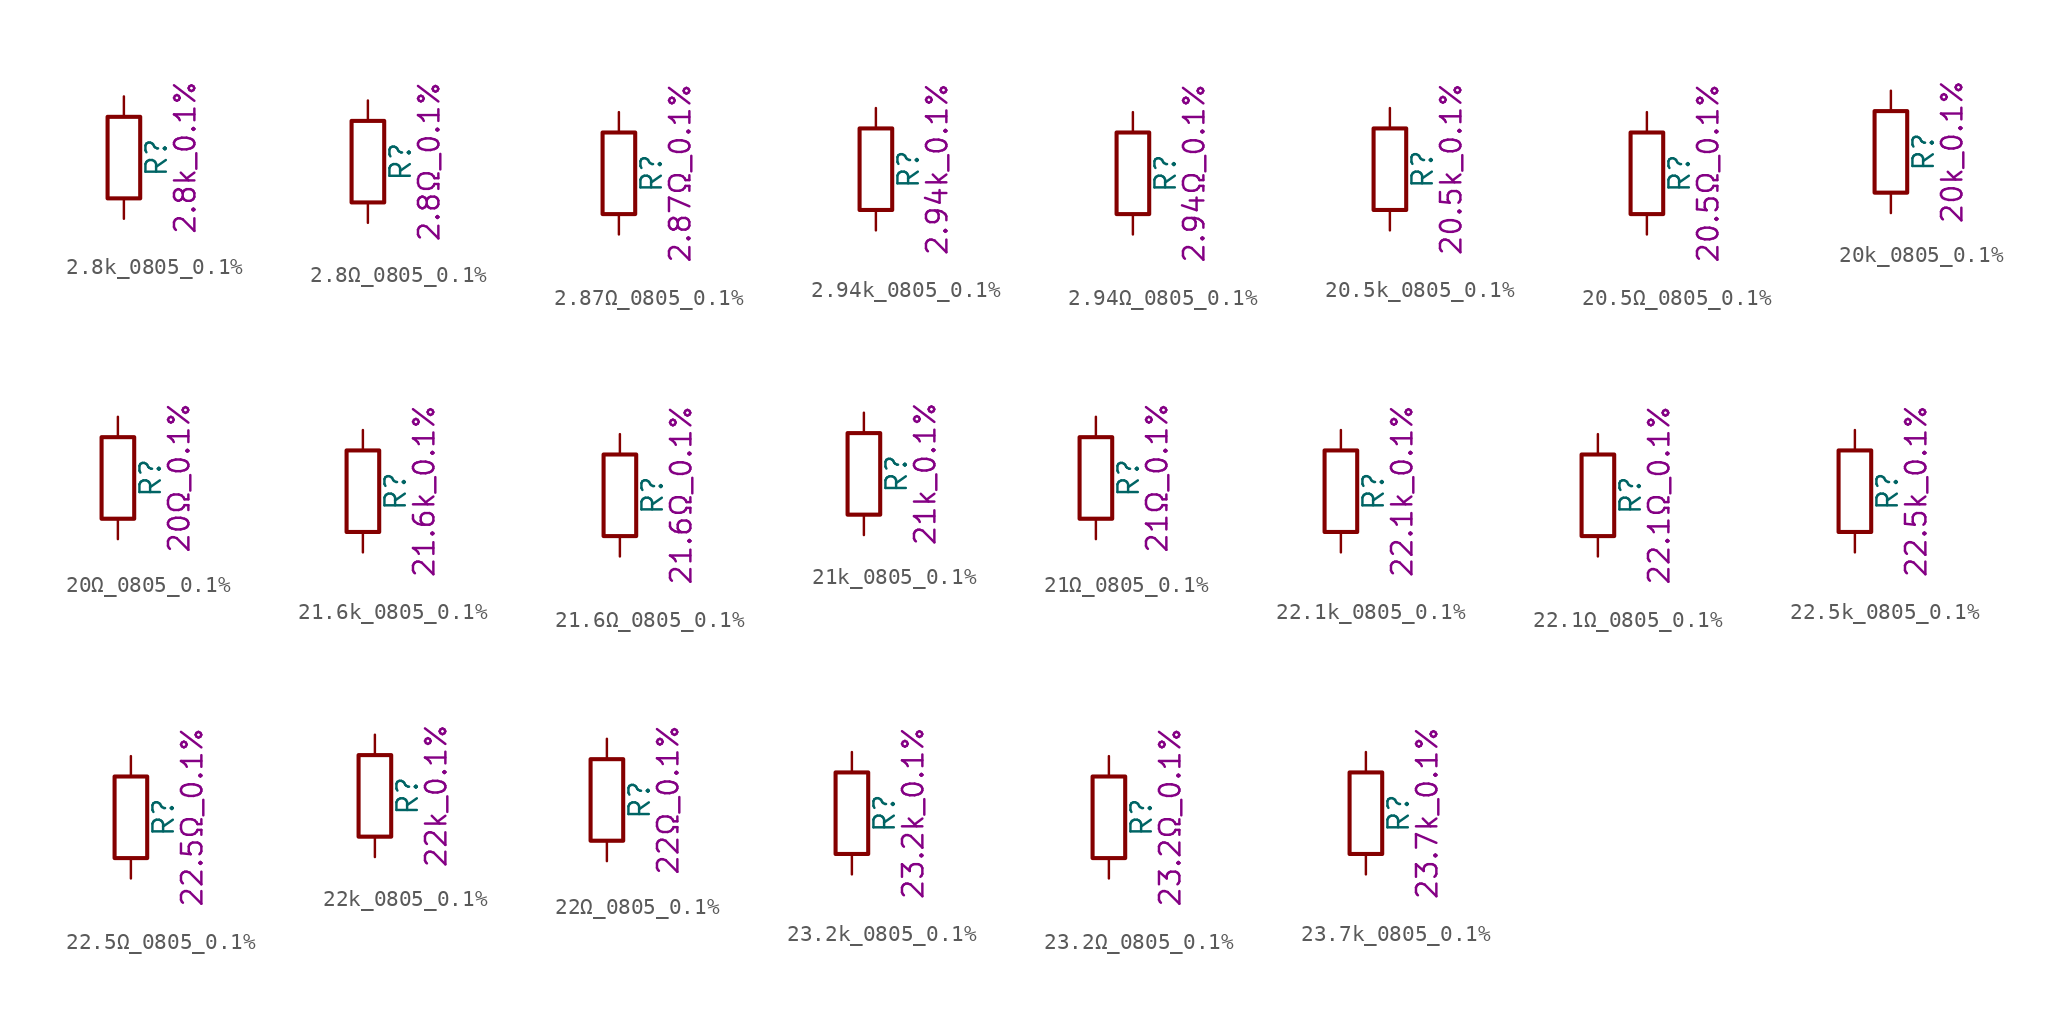
<source format=kicad_sym>
(kicad_symbol_lib
  (version 20211014)
  (generator kicad_symbol_editor)
  (symbol "2.8k_0805_0.1%"
    (pin_numbers hide)
    (pin_names
      (offset 0))
    (property "Reference" "R"
      (at 2.032 0 90)
      (effects (font (size 1.27 1.27))))
    (property "Display" "2.8k_0.1%"
      (at 3.81 0 90)
      (effects (font (size 1.27 1.27))))
    (symbol "2.8k_0805_0.1%_0_1"
      (rectangle (start -1.016 -2.54) (end 1.016 2.54) (stroke (width 0.254) (type default) (color 0 0 0 0)) (fill (type none))))
    (symbol "2.8k_0805_0.1%_1_1"
      (pin passive line (at 0 3.81 270) (length 1.27) (name "~" (effects (font (size 1.27 1.27)))) (number "1" (effects (font (size 1.27 1.27)))))
      (pin passive line (at 0 -3.81 90) (length 1.27) (name "~" (effects (font (size 1.27 1.27)))) (number "2" (effects (font (size 1.27 1.27)))))))
  (symbol "2.8Ω_0805_0.1%"
    (pin_numbers hide)
    (pin_names
      (offset 0))
    (property "Reference" "R"
      (at 2.032 0 90)
      (effects (font (size 1.27 1.27))))
    (property "Display" "2.8Ω_0.1%"
      (at 3.81 0 90)
      (effects (font (size 1.27 1.27))))
    (symbol "2.8Ω_0805_0.1%_0_1"
      (rectangle (start -1.016 -2.54) (end 1.016 2.54) (stroke (width 0.254) (type default) (color 0 0 0 0)) (fill (type none))))
    (symbol "2.8Ω_0805_0.1%_1_1"
      (pin passive line (at 0 3.81 270) (length 1.27) (name "~" (effects (font (size 1.27 1.27)))) (number "1" (effects (font (size 1.27 1.27)))))
      (pin passive line (at 0 -3.81 90) (length 1.27) (name "~" (effects (font (size 1.27 1.27)))) (number "2" (effects (font (size 1.27 1.27)))))))
  (symbol "2.87Ω_0805_0.1%"
    (pin_numbers hide)
    (pin_names
      (offset 0))
    (property "Reference" "R"
      (at 2.032 0 90)
      (effects (font (size 1.27 1.27))))
    (property "Display" "2.87Ω_0.1%"
      (at 3.81 0 90)
      (effects (font (size 1.27 1.27))))
    (symbol "2.87Ω_0805_0.1%_0_1"
      (rectangle (start -1.016 -2.54) (end 1.016 2.54) (stroke (width 0.254) (type default) (color 0 0 0 0)) (fill (type none))))
    (symbol "2.87Ω_0805_0.1%_1_1"
      (pin passive line (at 0 3.81 270) (length 1.27) (name "~" (effects (font (size 1.27 1.27)))) (number "1" (effects (font (size 1.27 1.27)))))
      (pin passive line (at 0 -3.81 90) (length 1.27) (name "~" (effects (font (size 1.27 1.27)))) (number "2" (effects (font (size 1.27 1.27)))))))
  (symbol "2.94k_0805_0.1%"
    (pin_numbers hide)
    (pin_names
      (offset 0))
    (property "Reference" "R"
      (at 2.032 0 90)
      (effects (font (size 1.27 1.27))))
    (property "Display" "2.94k_0.1%"
      (at 3.81 0 90)
      (effects (font (size 1.27 1.27))))
    (symbol "2.94k_0805_0.1%_0_1"
      (rectangle (start -1.016 -2.54) (end 1.016 2.54) (stroke (width 0.254) (type default) (color 0 0 0 0)) (fill (type none))))
    (symbol "2.94k_0805_0.1%_1_1"
      (pin passive line (at 0 3.81 270) (length 1.27) (name "~" (effects (font (size 1.27 1.27)))) (number "1" (effects (font (size 1.27 1.27)))))
      (pin passive line (at 0 -3.81 90) (length 1.27) (name "~" (effects (font (size 1.27 1.27)))) (number "2" (effects (font (size 1.27 1.27)))))))
  (symbol "2.94Ω_0805_0.1%"
    (pin_numbers hide)
    (pin_names
      (offset 0))
    (property "Reference" "R"
      (at 2.032 0 90)
      (effects (font (size 1.27 1.27))))
    (property "Display" "2.94Ω_0.1%"
      (at 3.81 0 90)
      (effects (font (size 1.27 1.27))))
    (symbol "2.94Ω_0805_0.1%_0_1"
      (rectangle (start -1.016 -2.54) (end 1.016 2.54) (stroke (width 0.254) (type default) (color 0 0 0 0)) (fill (type none))))
    (symbol "2.94Ω_0805_0.1%_1_1"
      (pin passive line (at 0 3.81 270) (length 1.27) (name "~" (effects (font (size 1.27 1.27)))) (number "1" (effects (font (size 1.27 1.27)))))
      (pin passive line (at 0 -3.81 90) (length 1.27) (name "~" (effects (font (size 1.27 1.27)))) (number "2" (effects (font (size 1.27 1.27)))))))
  (symbol "20.5k_0805_0.1%"
    (pin_numbers hide)
    (pin_names
      (offset 0))
    (property "Reference" "R"
      (at 2.032 0 90)
      (effects (font (size 1.27 1.27))))
    (property "Display" "20.5k_0.1%"
      (at 3.81 0 90)
      (effects (font (size 1.27 1.27))))
    (symbol "20.5k_0805_0.1%_0_1"
      (rectangle (start -1.016 -2.54) (end 1.016 2.54) (stroke (width 0.254) (type default) (color 0 0 0 0)) (fill (type none))))
    (symbol "20.5k_0805_0.1%_1_1"
      (pin passive line (at 0 3.81 270) (length 1.27) (name "~" (effects (font (size 1.27 1.27)))) (number "1" (effects (font (size 1.27 1.27)))))
      (pin passive line (at 0 -3.81 90) (length 1.27) (name "~" (effects (font (size 1.27 1.27)))) (number "2" (effects (font (size 1.27 1.27)))))))
  (symbol "20.5Ω_0805_0.1%"
    (pin_numbers hide)
    (pin_names
      (offset 0))
    (property "Reference" "R"
      (at 2.032 0 90)
      (effects (font (size 1.27 1.27))))
    (property "Display" "20.5Ω_0.1%"
      (at 3.81 0 90)
      (effects (font (size 1.27 1.27))))
    (symbol "20.5Ω_0805_0.1%_0_1"
      (rectangle (start -1.016 -2.54) (end 1.016 2.54) (stroke (width 0.254) (type default) (color 0 0 0 0)) (fill (type none))))
    (symbol "20.5Ω_0805_0.1%_1_1"
      (pin passive line (at 0 3.81 270) (length 1.27) (name "~" (effects (font (size 1.27 1.27)))) (number "1" (effects (font (size 1.27 1.27)))))
      (pin passive line (at 0 -3.81 90) (length 1.27) (name "~" (effects (font (size 1.27 1.27)))) (number "2" (effects (font (size 1.27 1.27)))))))
  (symbol "20k_0805_0.1%"
    (pin_numbers hide)
    (pin_names
      (offset 0))
    (property "Reference" "R"
      (at 2.032 0 90)
      (effects (font (size 1.27 1.27))))
    (property "Display" "20k_0.1%"
      (at 3.81 0 90)
      (effects (font (size 1.27 1.27))))
    (symbol "20k_0805_0.1%_0_1"
      (rectangle (start -1.016 -2.54) (end 1.016 2.54) (stroke (width 0.254) (type default) (color 0 0 0 0)) (fill (type none))))
    (symbol "20k_0805_0.1%_1_1"
      (pin passive line (at 0 3.81 270) (length 1.27) (name "~" (effects (font (size 1.27 1.27)))) (number "1" (effects (font (size 1.27 1.27)))))
      (pin passive line (at 0 -3.81 90) (length 1.27) (name "~" (effects (font (size 1.27 1.27)))) (number "2" (effects (font (size 1.27 1.27)))))))
  (symbol "20Ω_0805_0.1%"
    (pin_numbers hide)
    (pin_names
      (offset 0))
    (property "Reference" "R"
      (at 2.032 0 90)
      (effects (font (size 1.27 1.27))))
    (property "Display" "20Ω_0.1%"
      (at 3.81 0 90)
      (effects (font (size 1.27 1.27))))
    (symbol "20Ω_0805_0.1%_0_1"
      (rectangle (start -1.016 -2.54) (end 1.016 2.54) (stroke (width 0.254) (type default) (color 0 0 0 0)) (fill (type none))))
    (symbol "20Ω_0805_0.1%_1_1"
      (pin passive line (at 0 3.81 270) (length 1.27) (name "~" (effects (font (size 1.27 1.27)))) (number "1" (effects (font (size 1.27 1.27)))))
      (pin passive line (at 0 -3.81 90) (length 1.27) (name "~" (effects (font (size 1.27 1.27)))) (number "2" (effects (font (size 1.27 1.27)))))))
  (symbol "21.6k_0805_0.1%"
    (pin_numbers hide)
    (pin_names
      (offset 0))
    (property "Reference" "R"
      (at 2.032 0 90)
      (effects (font (size 1.27 1.27))))
    (property "Display" "21.6k_0.1%"
      (at 3.81 0 90)
      (effects (font (size 1.27 1.27))))
    (symbol "21.6k_0805_0.1%_0_1"
      (rectangle (start -1.016 -2.54) (end 1.016 2.54) (stroke (width 0.254) (type default) (color 0 0 0 0)) (fill (type none))))
    (symbol "21.6k_0805_0.1%_1_1"
      (pin passive line (at 0 3.81 270) (length 1.27) (name "~" (effects (font (size 1.27 1.27)))) (number "1" (effects (font (size 1.27 1.27)))))
      (pin passive line (at 0 -3.81 90) (length 1.27) (name "~" (effects (font (size 1.27 1.27)))) (number "2" (effects (font (size 1.27 1.27)))))))
  (symbol "21.6Ω_0805_0.1%"
    (pin_numbers hide)
    (pin_names
      (offset 0))
    (property "Reference" "R"
      (at 2.032 0 90)
      (effects (font (size 1.27 1.27))))
    (property "Display" "21.6Ω_0.1%"
      (at 3.81 0 90)
      (effects (font (size 1.27 1.27))))
    (symbol "21.6Ω_0805_0.1%_0_1"
      (rectangle (start -1.016 -2.54) (end 1.016 2.54) (stroke (width 0.254) (type default) (color 0 0 0 0)) (fill (type none))))
    (symbol "21.6Ω_0805_0.1%_1_1"
      (pin passive line (at 0 3.81 270) (length 1.27) (name "~" (effects (font (size 1.27 1.27)))) (number "1" (effects (font (size 1.27 1.27)))))
      (pin passive line (at 0 -3.81 90) (length 1.27) (name "~" (effects (font (size 1.27 1.27)))) (number "2" (effects (font (size 1.27 1.27)))))))
  (symbol "21k_0805_0.1%"
    (pin_numbers hide)
    (pin_names
      (offset 0))
    (property "Reference" "R"
      (at 2.032 0 90)
      (effects (font (size 1.27 1.27))))
    (property "Display" "21k_0.1%"
      (at 3.81 0 90)
      (effects (font (size 1.27 1.27))))
    (symbol "21k_0805_0.1%_0_1"
      (rectangle (start -1.016 -2.54) (end 1.016 2.54) (stroke (width 0.254) (type default) (color 0 0 0 0)) (fill (type none))))
    (symbol "21k_0805_0.1%_1_1"
      (pin passive line (at 0 3.81 270) (length 1.27) (name "~" (effects (font (size 1.27 1.27)))) (number "1" (effects (font (size 1.27 1.27)))))
      (pin passive line (at 0 -3.81 90) (length 1.27) (name "~" (effects (font (size 1.27 1.27)))) (number "2" (effects (font (size 1.27 1.27)))))))
  (symbol "21Ω_0805_0.1%"
    (pin_numbers hide)
    (pin_names
      (offset 0))
    (property "Reference" "R"
      (at 2.032 0 90)
      (effects (font (size 1.27 1.27))))
    (property "Display" "21Ω_0.1%"
      (at 3.81 0 90)
      (effects (font (size 1.27 1.27))))
    (symbol "21Ω_0805_0.1%_0_1"
      (rectangle (start -1.016 -2.54) (end 1.016 2.54) (stroke (width 0.254) (type default) (color 0 0 0 0)) (fill (type none))))
    (symbol "21Ω_0805_0.1%_1_1"
      (pin passive line (at 0 3.81 270) (length 1.27) (name "~" (effects (font (size 1.27 1.27)))) (number "1" (effects (font (size 1.27 1.27)))))
      (pin passive line (at 0 -3.81 90) (length 1.27) (name "~" (effects (font (size 1.27 1.27)))) (number "2" (effects (font (size 1.27 1.27)))))))
  (symbol "22.1k_0805_0.1%"
    (pin_numbers hide)
    (pin_names
      (offset 0))
    (property "Reference" "R"
      (at 2.032 0 90)
      (effects (font (size 1.27 1.27))))
    (property "Display" "22.1k_0.1%"
      (at 3.81 0 90)
      (effects (font (size 1.27 1.27))))
    (symbol "22.1k_0805_0.1%_0_1"
      (rectangle (start -1.016 -2.54) (end 1.016 2.54) (stroke (width 0.254) (type default) (color 0 0 0 0)) (fill (type none))))
    (symbol "22.1k_0805_0.1%_1_1"
      (pin passive line (at 0 3.81 270) (length 1.27) (name "~" (effects (font (size 1.27 1.27)))) (number "1" (effects (font (size 1.27 1.27)))))
      (pin passive line (at 0 -3.81 90) (length 1.27) (name "~" (effects (font (size 1.27 1.27)))) (number "2" (effects (font (size 1.27 1.27)))))))
  (symbol "22.1Ω_0805_0.1%"
    (pin_numbers hide)
    (pin_names
      (offset 0))
    (property "Reference" "R"
      (at 2.032 0 90)
      (effects (font (size 1.27 1.27))))
    (property "Display" "22.1Ω_0.1%"
      (at 3.81 0 90)
      (effects (font (size 1.27 1.27))))
    (symbol "22.1Ω_0805_0.1%_0_1"
      (rectangle (start -1.016 -2.54) (end 1.016 2.54) (stroke (width 0.254) (type default) (color 0 0 0 0)) (fill (type none))))
    (symbol "22.1Ω_0805_0.1%_1_1"
      (pin passive line (at 0 3.81 270) (length 1.27) (name "~" (effects (font (size 1.27 1.27)))) (number "1" (effects (font (size 1.27 1.27)))))
      (pin passive line (at 0 -3.81 90) (length 1.27) (name "~" (effects (font (size 1.27 1.27)))) (number "2" (effects (font (size 1.27 1.27)))))))
  (symbol "22.5k_0805_0.1%"
    (pin_numbers hide)
    (pin_names
      (offset 0))
    (property "Reference" "R"
      (at 2.032 0 90)
      (effects (font (size 1.27 1.27))))
    (property "Display" "22.5k_0.1%"
      (at 3.81 0 90)
      (effects (font (size 1.27 1.27))))
    (symbol "22.5k_0805_0.1%_0_1"
      (rectangle (start -1.016 -2.54) (end 1.016 2.54) (stroke (width 0.254) (type default) (color 0 0 0 0)) (fill (type none))))
    (symbol "22.5k_0805_0.1%_1_1"
      (pin passive line (at 0 3.81 270) (length 1.27) (name "~" (effects (font (size 1.27 1.27)))) (number "1" (effects (font (size 1.27 1.27)))))
      (pin passive line (at 0 -3.81 90) (length 1.27) (name "~" (effects (font (size 1.27 1.27)))) (number "2" (effects (font (size 1.27 1.27)))))))
  (symbol "22.5Ω_0805_0.1%"
    (pin_numbers hide)
    (pin_names
      (offset 0))
    (property "Reference" "R"
      (at 2.032 0 90)
      (effects (font (size 1.27 1.27))))
    (property "Display" "22.5Ω_0.1%"
      (at 3.81 0 90)
      (effects (font (size 1.27 1.27))))
    (symbol "22.5Ω_0805_0.1%_0_1"
      (rectangle (start -1.016 -2.54) (end 1.016 2.54) (stroke (width 0.254) (type default) (color 0 0 0 0)) (fill (type none))))
    (symbol "22.5Ω_0805_0.1%_1_1"
      (pin passive line (at 0 3.81 270) (length 1.27) (name "~" (effects (font (size 1.27 1.27)))) (number "1" (effects (font (size 1.27 1.27)))))
      (pin passive line (at 0 -3.81 90) (length 1.27) (name "~" (effects (font (size 1.27 1.27)))) (number "2" (effects (font (size 1.27 1.27)))))))
  (symbol "22k_0805_0.1%"
    (pin_numbers hide)
    (pin_names
      (offset 0))
    (property "Reference" "R"
      (at 2.032 0 90)
      (effects (font (size 1.27 1.27))))
    (property "Display" "22k_0.1%"
      (at 3.81 0 90)
      (effects (font (size 1.27 1.27))))
    (symbol "22k_0805_0.1%_0_1"
      (rectangle (start -1.016 -2.54) (end 1.016 2.54) (stroke (width 0.254) (type default) (color 0 0 0 0)) (fill (type none))))
    (symbol "22k_0805_0.1%_1_1"
      (pin passive line (at 0 3.81 270) (length 1.27) (name "~" (effects (font (size 1.27 1.27)))) (number "1" (effects (font (size 1.27 1.27)))))
      (pin passive line (at 0 -3.81 90) (length 1.27) (name "~" (effects (font (size 1.27 1.27)))) (number "2" (effects (font (size 1.27 1.27)))))))
  (symbol "22Ω_0805_0.1%"
    (pin_numbers hide)
    (pin_names
      (offset 0))
    (property "Reference" "R"
      (at 2.032 0 90)
      (effects (font (size 1.27 1.27))))
    (property "Display" "22Ω_0.1%"
      (at 3.81 0 90)
      (effects (font (size 1.27 1.27))))
    (symbol "22Ω_0805_0.1%_0_1"
      (rectangle (start -1.016 -2.54) (end 1.016 2.54) (stroke (width 0.254) (type default) (color 0 0 0 0)) (fill (type none))))
    (symbol "22Ω_0805_0.1%_1_1"
      (pin passive line (at 0 3.81 270) (length 1.27) (name "~" (effects (font (size 1.27 1.27)))) (number "1" (effects (font (size 1.27 1.27)))))
      (pin passive line (at 0 -3.81 90) (length 1.27) (name "~" (effects (font (size 1.27 1.27)))) (number "2" (effects (font (size 1.27 1.27)))))))
  (symbol "23.2k_0805_0.1%"
    (pin_numbers hide)
    (pin_names
      (offset 0))
    (property "Reference" "R"
      (at 2.032 0 90)
      (effects (font (size 1.27 1.27))))
    (property "Display" "23.2k_0.1%"
      (at 3.81 0 90)
      (effects (font (size 1.27 1.27))))
    (symbol "23.2k_0805_0.1%_0_1"
      (rectangle (start -1.016 -2.54) (end 1.016 2.54) (stroke (width 0.254) (type default) (color 0 0 0 0)) (fill (type none))))
    (symbol "23.2k_0805_0.1%_1_1"
      (pin passive line (at 0 3.81 270) (length 1.27) (name "~" (effects (font (size 1.27 1.27)))) (number "1" (effects (font (size 1.27 1.27)))))
      (pin passive line (at 0 -3.81 90) (length 1.27) (name "~" (effects (font (size 1.27 1.27)))) (number "2" (effects (font (size 1.27 1.27)))))))
  (symbol "23.2Ω_0805_0.1%"
    (pin_numbers hide)
    (pin_names
      (offset 0))
    (property "Reference" "R"
      (at 2.032 0 90)
      (effects (font (size 1.27 1.27))))
    (property "Display" "23.2Ω_0.1%"
      (at 3.81 0 90)
      (effects (font (size 1.27 1.27))))
    (symbol "23.2Ω_0805_0.1%_0_1"
      (rectangle (start -1.016 -2.54) (end 1.016 2.54) (stroke (width 0.254) (type default) (color 0 0 0 0)) (fill (type none))))
    (symbol "23.2Ω_0805_0.1%_1_1"
      (pin passive line (at 0 3.81 270) (length 1.27) (name "~" (effects (font (size 1.27 1.27)))) (number "1" (effects (font (size 1.27 1.27)))))
      (pin passive line (at 0 -3.81 90) (length 1.27) (name "~" (effects (font (size 1.27 1.27)))) (number "2" (effects (font (size 1.27 1.27)))))))
  (symbol "23.7k_0805_0.1%"
    (pin_numbers hide)
    (pin_names
      (offset 0))
    (property "Reference" "R"
      (at 2.032 0 90)
      (effects (font (size 1.27 1.27))))
    (property "Display" "23.7k_0.1%"
      (at 3.81 0 90)
      (effects (font (size 1.27 1.27))))
    (symbol "23.7k_0805_0.1%_0_1"
      (rectangle (start -1.016 -2.54) (end 1.016 2.54) (stroke (width 0.254) (type default) (color 0 0 0 0)) (fill (type none))))
    (symbol "23.7k_0805_0.1%_1_1"
      (pin passive line (at 0 3.81 270) (length 1.27) (name "~" (effects (font (size 1.27 1.27)))) (number "1" (effects (font (size 1.27 1.27)))))
      (pin passive line (at 0 -3.81 90) (length 1.27) (name "~" (effects (font (size 1.27 1.27)))) (number "2" (effects (font (size 1.27 1.27))))))))
</source>
